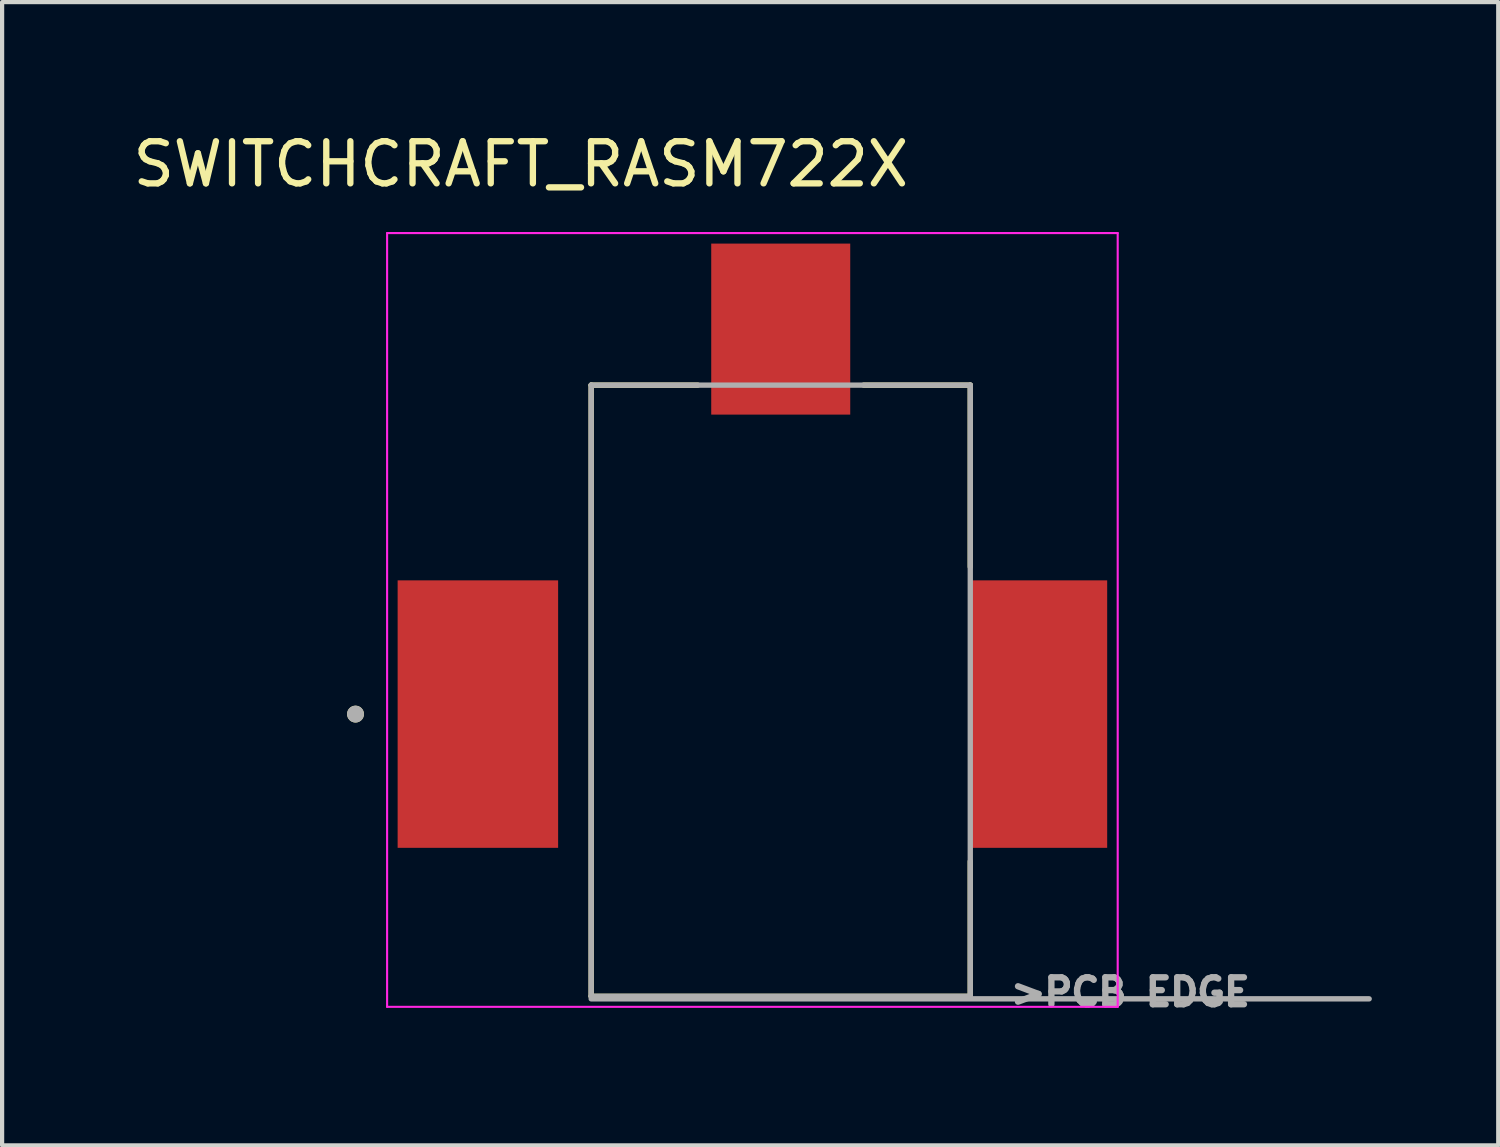
<source format=kicad_pcb>
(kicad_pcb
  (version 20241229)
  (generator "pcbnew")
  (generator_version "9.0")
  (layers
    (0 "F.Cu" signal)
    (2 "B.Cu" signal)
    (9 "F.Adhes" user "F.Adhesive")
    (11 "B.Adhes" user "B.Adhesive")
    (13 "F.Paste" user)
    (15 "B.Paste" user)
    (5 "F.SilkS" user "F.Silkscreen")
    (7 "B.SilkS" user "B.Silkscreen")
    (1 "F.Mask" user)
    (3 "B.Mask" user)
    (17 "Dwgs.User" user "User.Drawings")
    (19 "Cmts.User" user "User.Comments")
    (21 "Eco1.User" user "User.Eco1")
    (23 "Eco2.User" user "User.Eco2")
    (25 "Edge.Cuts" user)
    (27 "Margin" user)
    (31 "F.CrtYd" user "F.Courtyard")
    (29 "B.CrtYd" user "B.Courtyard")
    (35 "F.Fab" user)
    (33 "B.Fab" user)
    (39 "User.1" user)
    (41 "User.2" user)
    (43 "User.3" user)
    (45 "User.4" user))
  (footprint "SWITCHCRAFT_RASM722X"
    (layer "F.Cu")
    (at 15.485 13.903)
    (property "Reference" "SWITCHCRAFT_RASM722X" (at -6.17 -13.055 0) (layer "F.SilkS") (effects (font (size 1 1) (thickness 0.15))))
    (attr through_hole)
    (fp_line (start -4.5 -7.81) (end -1.97 -7.81) (stroke (width 0.127) (type solid)) (layer "F.SilkS"))
    (fp_line (start -4.5 6.7) (end -4.5 -7.81) (stroke (width 0.127) (type solid)) (layer "F.SilkS"))
    (fp_line (start 1.97 -7.81) (end 4.5 -7.81) (stroke (width 0.127) (type solid)) (layer "F.SilkS"))
    (fp_line (start 4.5 -7.81) (end 4.5 -3.495) (stroke (width 0.127) (type solid)) (layer "F.SilkS"))
    (fp_line (start 4.5 6.7) (end -4.5 6.7) (stroke (width 0.127) (type solid)) (layer "F.SilkS"))
    (fp_line (start 4.5 6.7) (end 4.5 3.495) (stroke (width 0.127) (type solid)) (layer "F.SilkS"))
    (fp_circle (center -10.095 0) (end -9.995 0) (stroke (width 0.2) (type solid)) (fill no) (layer "F.SilkS"))
    (fp_line (start -9.345 -11.42) (end -9.345 6.95) (stroke (width 0.05) (type solid)) (layer "F.CrtYd"))
    (fp_line (start -9.345 6.95) (end 8 6.95) (stroke (width 0.05) (type solid)) (layer "F.CrtYd"))
    (fp_line (start 8 -11.42) (end -9.345 -11.42) (stroke (width 0.05) (type solid)) (layer "F.CrtYd"))
    (fp_line (start 8 6.95) (end 8 -11.42) (stroke (width 0.05) (type solid)) (layer "F.CrtYd"))
    (fp_line (start -4.5 -7.81) (end 4.5 -7.81) (stroke (width 0.127) (type solid)) (layer "F.Fab"))
    (fp_line (start -4.5 6.7) (end -4.5 -7.81) (stroke (width 0.127) (type solid)) (layer "F.Fab"))
    (fp_line (start 4.5 -7.81) (end 4.5 6.7) (stroke (width 0.127) (type solid)) (layer "F.Fab"))
    (fp_line (start 4.5 6.7) (end -4.5 6.7) (stroke (width 0.127) (type solid)) (layer "F.Fab"))
    (fp_line (start 13.97 6.76) (end -4.5 6.76) (stroke (width 0.127) (type solid)) (layer "F.Fab"))
    (fp_circle (center -10.095 0) (end -9.995 0) (stroke (width 0.2) (type solid)) (fill no) (layer "F.Fab"))
    (fp_text user ">PCB EDGE" (at 8.3 6.6 0) (layer "F.Fab") (effects (font (size 0.64 0.64) (thickness 0.15))))
    (pad "1" smd rect (at -7.19 0) (size 3.81 6.35) (layers "F.Cu" "F.Mask" "F.Paste"))
    (pad "2" smd rect (at 0 -9.14) (size 3.3 4.06) (layers "F.Cu" "F.Mask" "F.Paste"))
    (pad "3" smd rect (at 6.1 0) (size 3.3 6.35) (layers "F.Cu" "F.Mask" "F.Paste")))
  (gr_rect
    (start -3 -3)
    (end 32.519 24.141)
    (stroke (width 0.1) (type default))
    (fill no)
    (layer "Edge.Cuts")))
</source>
